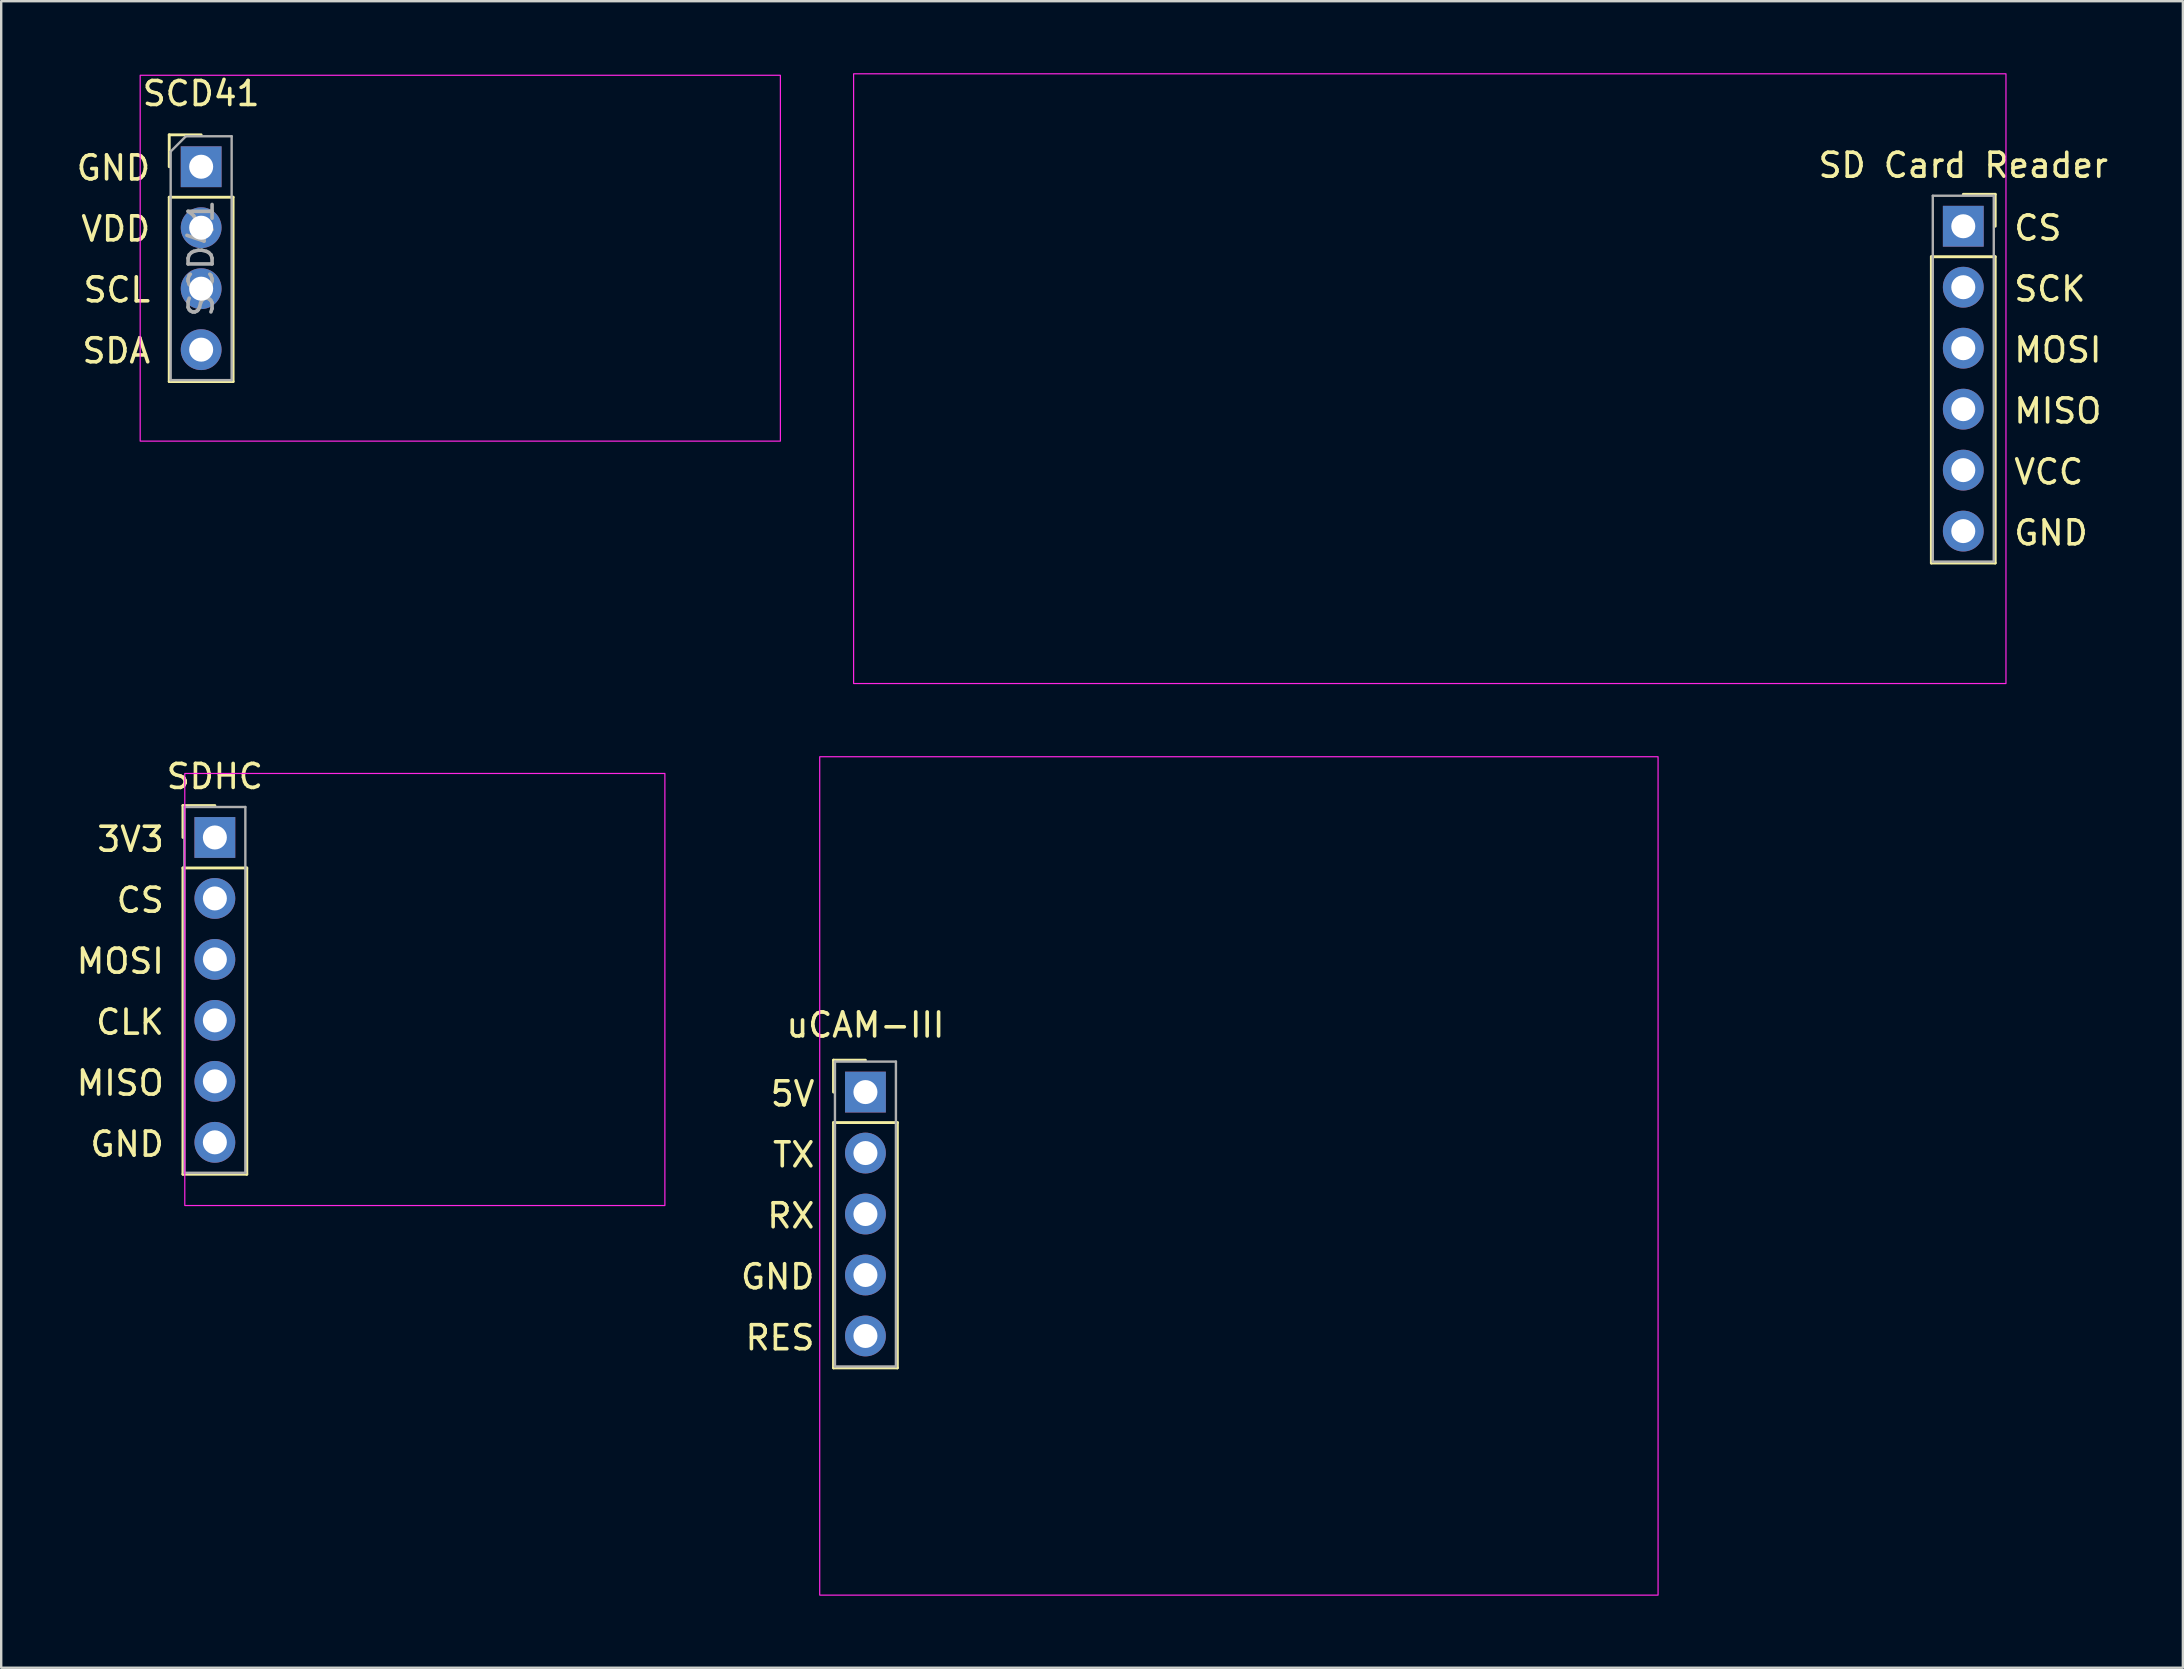
<source format=kicad_pcb>
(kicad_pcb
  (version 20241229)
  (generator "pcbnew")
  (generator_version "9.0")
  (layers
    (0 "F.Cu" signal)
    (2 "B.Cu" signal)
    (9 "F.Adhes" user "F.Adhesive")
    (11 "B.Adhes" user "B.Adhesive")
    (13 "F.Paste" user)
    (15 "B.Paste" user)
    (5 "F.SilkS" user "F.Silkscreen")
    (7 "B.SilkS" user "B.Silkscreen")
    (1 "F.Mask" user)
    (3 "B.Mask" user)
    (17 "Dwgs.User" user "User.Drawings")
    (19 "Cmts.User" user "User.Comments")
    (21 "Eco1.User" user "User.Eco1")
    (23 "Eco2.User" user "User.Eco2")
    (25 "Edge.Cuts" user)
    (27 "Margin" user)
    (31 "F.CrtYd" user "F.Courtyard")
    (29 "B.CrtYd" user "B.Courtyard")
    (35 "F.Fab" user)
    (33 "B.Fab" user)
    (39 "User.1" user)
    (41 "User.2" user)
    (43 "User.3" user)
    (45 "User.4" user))
  (footprint "SCD41"
    (layer "F.Cu")
    (at 5.33 3.896)
    (property "Reference" "SCD41" (at 0 -3.048 0) (layer "F.SilkS") (effects (font (size 1 1) (thickness 0.15))))
    (attr through_hole)
    (fp_line (start -1.33 -1.33) (end 0 -1.33) (stroke (width 0.12) (type solid)) (layer "F.SilkS"))
    (fp_line (start -1.33 0) (end -1.33 -1.33) (stroke (width 0.12) (type solid)) (layer "F.SilkS"))
    (fp_line (start -1.33 1.27) (end -1.33 8.95) (stroke (width 0.12) (type solid)) (layer "F.SilkS"))
    (fp_line (start -1.33 1.27) (end 1.33 1.27) (stroke (width 0.12) (type solid)) (layer "F.SilkS"))
    (fp_line (start -1.33 8.95) (end 1.33 8.95) (stroke (width 0.12) (type solid)) (layer "F.SilkS"))
    (fp_line (start 1.33 1.27) (end 1.33 8.95) (stroke (width 0.12) (type solid)) (layer "F.SilkS"))
    (fp_rect (start -2.54 -3.81) (end 24.13 11.43) (stroke (width 0.05) (type default)) (fill no) (layer "F.CrtYd"))
    (fp_line (start -1.27 -0.635) (end -0.635 -1.27) (stroke (width 0.1) (type solid)) (layer "F.Fab"))
    (fp_line (start -1.27 8.89) (end -1.27 -0.635) (stroke (width 0.1) (type solid)) (layer "F.Fab"))
    (fp_line (start -0.635 -1.27) (end 1.27 -1.27) (stroke (width 0.1) (type solid)) (layer "F.Fab"))
    (fp_line (start 1.27 -1.27) (end 1.27 8.89) (stroke (width 0.1) (type solid)) (layer "F.Fab"))
    (fp_line (start 1.27 8.89) (end -1.27 8.89) (stroke (width 0.1) (type solid)) (layer "F.Fab"))
    (fp_text user "GND" (at -2.032 0.635 0) (unlocked yes) (layer "F.SilkS") (effects (font (size 1 1) (thickness 0.15)) (justify right bottom)))
    (fp_text user "VDD" (at -2.032 3.175 0) (unlocked yes) (layer "F.SilkS") (effects (font (size 1 1) (thickness 0.15)) (justify right bottom)))
    (fp_text user "SCL" (at -2.032 5.715 0) (unlocked yes) (layer "F.SilkS") (effects (font (size 1 1) (thickness 0.15)) (justify right bottom)))
    (fp_text user "SDA" (at -2.032 8.255 0) (unlocked yes) (layer "F.SilkS") (effects (font (size 1 1) (thickness 0.15)) (justify right bottom)))
    (fp_text user "${REFERENCE}" (at 0 3.81 90) (layer "F.Fab") (effects (font (size 1 1) (thickness 0.15))))
    (pad "1" thru_hole rect (at 0 0) (size 1.7 1.7) (drill 1) (layers "*.Cu" "*.Mask"))
    (pad "2" thru_hole oval (at 0 2.54) (size 1.7 1.7) (drill 1) (layers "*.Cu" "*.Mask"))
    (pad "3" thru_hole oval (at 0 5.08) (size 1.7 1.7) (drill 1) (layers "*.Cu" "*.Mask"))
    (pad "4" thru_hole oval (at 0 7.62) (size 1.7 1.7) (drill 1) (layers "*.Cu" "*.Mask")))
  (footprint "uCAM-III"
    (layer "F.Cu")
    (at 33.003 42.445)
    (property "Reference" "uCAM-III" (at 0 -2.794 0) (layer "F.SilkS") (effects (font (size 1 1) (thickness 0.15))))
    (attr through_hole)
    (fp_line (start -1.33 -1.33) (end 0 -1.33) (stroke (width 0.12) (type solid)) (layer "F.SilkS"))
    (fp_line (start -1.33 0) (end -1.33 -1.33) (stroke (width 0.12) (type solid)) (layer "F.SilkS"))
    (fp_line (start -1.33 1.27) (end -1.33 11.49) (stroke (width 0.12) (type solid)) (layer "F.SilkS"))
    (fp_line (start -1.33 1.27) (end 1.33 1.27) (stroke (width 0.12) (type solid)) (layer "F.SilkS"))
    (fp_line (start -1.33 11.49) (end 1.33 11.49) (stroke (width 0.12) (type solid)) (layer "F.SilkS"))
    (fp_line (start 1.33 1.27) (end 1.33 11.49) (stroke (width 0.12) (type solid)) (layer "F.SilkS"))
    (fp_rect (start -1.905 -13.97) (end 33.02 20.955) (stroke (width 0.05) (type default)) (fill no) (layer "F.CrtYd"))
    (fp_line (start -1.27 -1.27) (end 1.27 -1.27) (stroke (width 0.1) (type solid)) (layer "F.Fab"))
    (fp_line (start -1.27 11.43) (end -1.27 -1.27) (stroke (width 0.1) (type solid)) (layer "F.Fab"))
    (fp_line (start 1.27 -1.27) (end 1.27 11.43) (stroke (width 0.1) (type solid)) (layer "F.Fab"))
    (fp_line (start 1.27 11.43) (end -1.27 11.43) (stroke (width 0.1) (type solid)) (layer "F.Fab"))
    (fp_text user "RES" (at -2.032 10.82 0) (unlocked yes) (layer "F.SilkS") (effects (font (size 1 1) (thickness 0.15)) (justify right bottom)))
    (fp_text user "GND" (at -2.032 8.28 0) (unlocked yes) (layer "F.SilkS") (effects (font (size 1 1) (thickness 0.15)) (justify right bottom)))
    (fp_text user "5V" (at -2.032 0.66 0) (unlocked yes) (layer "F.SilkS") (effects (font (size 1 1) (thickness 0.15)) (justify right bottom)))
    (fp_text user "RX" (at -2.032 5.74 0) (unlocked yes) (layer "F.SilkS") (effects (font (size 1 1) (thickness 0.15)) (justify right bottom)))
    (fp_text user "TX" (at -2.032 3.2 0) (unlocked yes) (layer "F.SilkS") (effects (font (size 1 1) (thickness 0.15)) (justify right bottom)))
    (pad "1" thru_hole rect (at 0 0) (size 1.7 1.7) (drill 1) (layers "*.Cu" "*.Mask"))
    (pad "2" thru_hole oval (at 0 2.54) (size 1.7 1.7) (drill 1) (layers "*.Cu" "*.Mask"))
    (pad "3" thru_hole oval (at 0 5.08) (size 1.7 1.7) (drill 1) (layers "*.Cu" "*.Mask"))
    (pad "4" thru_hole oval (at 0 7.62) (size 1.7 1.7) (drill 1) (layers "*.Cu" "*.Mask"))
    (pad "5" thru_hole oval (at 0 10.16) (size 1.7 1.7) (drill 1) (layers "*.Cu" "*.Mask")))
  (footprint "SD Card Reader"
    (layer "F.Cu")
    (at 78.738 6.375)
    (property "Reference" "SD Card Reader" (at 0 -2.54 0) (layer "F.SilkS") (effects (font (size 1 1) (thickness 0.15))))
    (attr through_hole)
    (fp_line (start -1.33 1.27) (end -1.33 14.03) (stroke (width 0.12) (type solid)) (layer "F.SilkS"))
    (fp_line (start -1.33 1.27) (end 1.33 1.27) (stroke (width 0.12) (type solid)) (layer "F.SilkS"))
    (fp_line (start -1.33 14.03) (end 1.33 14.03) (stroke (width 0.12) (type solid)) (layer "F.SilkS"))
    (fp_line (start 0 -1.33) (end 1.33 -1.33) (stroke (width 0.12) (type solid)) (layer "F.SilkS"))
    (fp_line (start 1.33 0) (end 1.33 -1.33) (stroke (width 0.12) (type solid)) (layer "F.SilkS"))
    (fp_line (start 1.33 1.27) (end 1.33 14.03) (stroke (width 0.12) (type solid)) (layer "F.SilkS"))
    (fp_rect (start -46.228 -6.35) (end 1.778 19.05) (stroke (width 0.05) (type default)) (fill no) (layer "F.CrtYd"))
    (fp_line (start -1.27 -1.27) (end 1.27 -1.27) (stroke (width 0.1) (type solid)) (layer "F.Fab"))
    (fp_line (start -1.27 13.97) (end -1.27 -1.27) (stroke (width 0.1) (type solid)) (layer "F.Fab"))
    (fp_line (start 1.27 -1.27) (end 1.27 13.97) (stroke (width 0.1) (type solid)) (layer "F.Fab"))
    (fp_line (start 1.27 13.97) (end -1.27 13.97) (stroke (width 0.1) (type solid)) (layer "F.Fab"))
    (fp_text user "GND" (at 2.032 13.36 0) (unlocked yes) (layer "F.SilkS") (effects (font (size 1 1) (thickness 0.15)) (justify left bottom)))
    (fp_text user "MISO" (at 2.032 8.28 0) (unlocked yes) (layer "F.SilkS") (effects (font (size 1 1) (thickness 0.15)) (justify left bottom)))
    (fp_text user "CS" (at 2.032 0.66 0) (unlocked yes) (layer "F.SilkS") (effects (font (size 1 1) (thickness 0.15)) (justify left bottom)))
    (fp_text user "MOSI" (at 2.032 5.74 0) (unlocked yes) (layer "F.SilkS") (effects (font (size 1 1) (thickness 0.15)) (justify left bottom)))
    (fp_text user "SCK" (at 2.032 3.2 0) (unlocked yes) (layer "F.SilkS") (effects (font (size 1 1) (thickness 0.15)) (justify left bottom)))
    (fp_text user "VCC" (at 2.032 10.82 0) (unlocked yes) (layer "F.SilkS") (effects (font (size 1 1) (thickness 0.15)) (justify left bottom)))
    (pad "1" thru_hole rect (at 0 0) (size 1.7 1.7) (drill 1) (layers "*.Cu" "*.Mask"))
    (pad "2" thru_hole oval (at 0 2.54) (size 1.7 1.7) (drill 1) (layers "*.Cu" "*.Mask"))
    (pad "3" thru_hole oval (at 0 5.08) (size 1.7 1.7) (drill 1) (layers "*.Cu" "*.Mask"))
    (pad "4" thru_hole oval (at 0 7.62) (size 1.7 1.7) (drill 1) (layers "*.Cu" "*.Mask"))
    (pad "5" thru_hole oval (at 0 10.16) (size 1.7 1.7) (drill 1) (layers "*.Cu" "*.Mask"))
    (pad "6" thru_hole oval (at 0 12.7) (size 1.7 1.7) (drill 1) (layers "*.Cu" "*.Mask")))
  (footprint "SDHC"
    (layer "F.Cu")
    (at 5.901 31.838)
    (property "Reference" "SDHC" (at 0 -2.54 0) (layer "F.SilkS") (effects (font (size 1 1) (thickness 0.15))))
    (attr through_hole)
    (fp_line (start -1.33 0) (end -1.33 -1.33) (stroke (width 0.12) (type solid)) (layer "F.SilkS"))
    (fp_line (start -1.33 1.27) (end -1.33 14.03) (stroke (width 0.12) (type solid)) (layer "F.SilkS"))
    (fp_line (start 0 -1.33) (end -1.33 -1.33) (stroke (width 0.12) (type solid)) (layer "F.SilkS"))
    (fp_line (start 1.33 1.27) (end -1.33 1.27) (stroke (width 0.12) (type solid)) (layer "F.SilkS"))
    (fp_line (start 1.33 1.27) (end 1.33 14.03) (stroke (width 0.12) (type solid)) (layer "F.SilkS"))
    (fp_line (start 1.33 14.03) (end -1.33 14.03) (stroke (width 0.12) (type solid)) (layer "F.SilkS"))
    (fp_rect (start -1.253 -2.667) (end 18.747 15.333) (stroke (width 0.05) (type default)) (fill no) (layer "F.CrtYd"))
    (fp_line (start -1.27 -1.27) (end -1.27 13.97) (stroke (width 0.1) (type solid)) (layer "F.Fab"))
    (fp_line (start -1.27 13.97) (end 1.27 13.97) (stroke (width 0.1) (type solid)) (layer "F.Fab"))
    (fp_line (start 1.27 -1.27) (end -1.27 -1.27) (stroke (width 0.1) (type solid)) (layer "F.Fab"))
    (fp_line (start 1.27 13.97) (end 1.27 -1.27) (stroke (width 0.1) (type solid)) (layer "F.Fab"))
    (fp_text user "MISO" (at -2.032 10.82 0) (unlocked yes) (layer "F.SilkS") (effects (font (size 1 1) (thickness 0.15)) (justify right bottom)))
    (fp_text user "CS" (at -2.032 3.2 0) (unlocked yes) (layer "F.SilkS") (effects (font (size 1 1) (thickness 0.15)) (justify right bottom)))
    (fp_text user "3V3" (at -2.032 0.66 0) (unlocked yes) (layer "F.SilkS") (effects (font (size 1 1) (thickness 0.15)) (justify right bottom)))
    (fp_text user "MOSI" (at -2.032 5.74 0) (unlocked yes) (layer "F.SilkS") (effects (font (size 1 1) (thickness 0.15)) (justify right bottom)))
    (fp_text user "CLK" (at -2.032 8.28 0) (unlocked yes) (layer "F.SilkS") (effects (font (size 1 1) (thickness 0.15)) (justify right bottom)))
    (fp_text user "GND" (at -2.032 13.36 0) (unlocked yes) (layer "F.SilkS") (effects (font (size 1 1) (thickness 0.15)) (justify right bottom)))
    (pad "1" thru_hole rect (at 0 0) (size 1.7 1.7) (drill 1) (layers "*.Cu" "*.Mask"))
    (pad "2" thru_hole oval (at 0 2.54) (size 1.7 1.7) (drill 1) (layers "*.Cu" "*.Mask"))
    (pad "3" thru_hole oval (at 0 5.08) (size 1.7 1.7) (drill 1) (layers "*.Cu" "*.Mask"))
    (pad "4" thru_hole oval (at 0 7.62) (size 1.7 1.7) (drill 1) (layers "*.Cu" "*.Mask"))
    (pad "5" thru_hole oval (at 0 10.16) (size 1.7 1.7) (drill 1) (layers "*.Cu" "*.Mask"))
    (pad "6" thru_hole oval (at 0 12.7) (size 1.7 1.7) (drill 1) (layers "*.Cu" "*.Mask")))
  (gr_rect
    (start -3 -3)
    (end 87.886 66.425)
    (stroke (width 0.1) (type default))
    (fill no)
    (layer "Edge.Cuts")))
</source>
